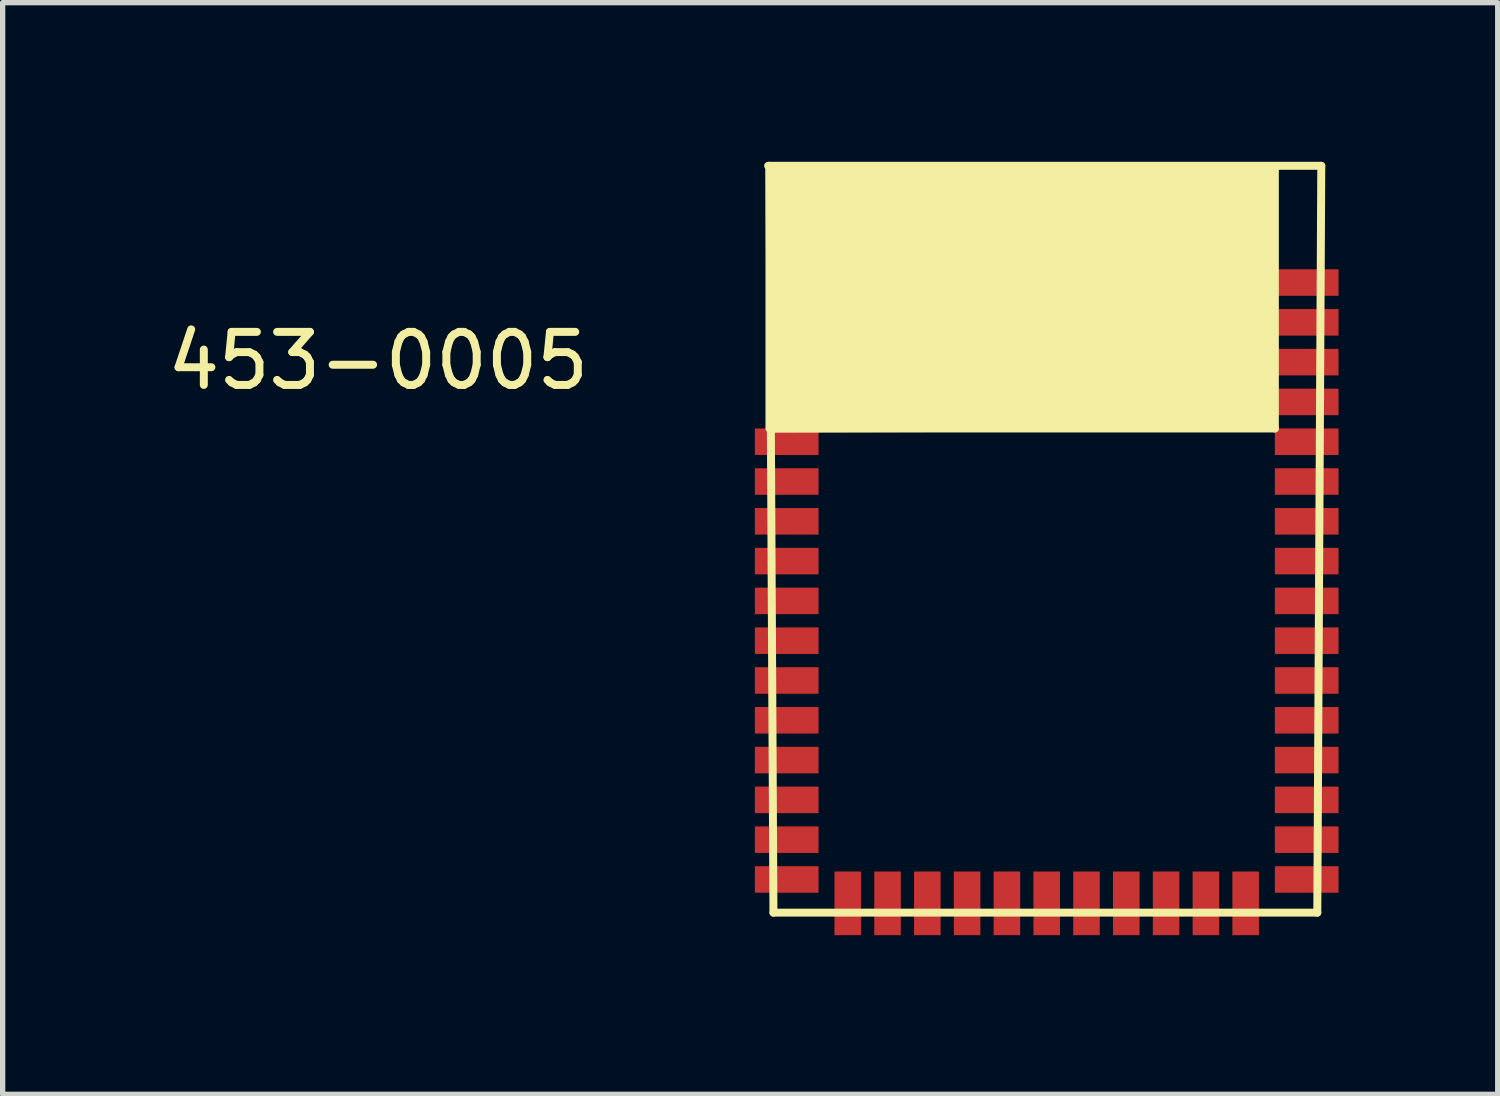
<source format=kicad_pcb>
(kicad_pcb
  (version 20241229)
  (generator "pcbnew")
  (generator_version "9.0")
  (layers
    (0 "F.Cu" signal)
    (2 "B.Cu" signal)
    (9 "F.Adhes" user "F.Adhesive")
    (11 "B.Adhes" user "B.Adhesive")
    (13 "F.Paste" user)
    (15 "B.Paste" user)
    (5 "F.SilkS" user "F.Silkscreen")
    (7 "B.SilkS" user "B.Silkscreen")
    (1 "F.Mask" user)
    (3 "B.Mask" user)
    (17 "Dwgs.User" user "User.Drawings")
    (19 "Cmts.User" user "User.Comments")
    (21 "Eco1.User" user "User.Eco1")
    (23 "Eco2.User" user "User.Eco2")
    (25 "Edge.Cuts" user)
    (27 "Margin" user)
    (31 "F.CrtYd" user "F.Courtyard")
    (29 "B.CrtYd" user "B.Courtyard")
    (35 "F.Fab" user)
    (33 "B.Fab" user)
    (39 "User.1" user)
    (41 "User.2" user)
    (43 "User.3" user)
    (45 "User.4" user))
  (footprint "453-0005"
    (layer "F.Cu")
    (at 11.777 5.275)
    (property "Reference" "453-0005" (at -7.7 -1.525 0) (layer "F.SilkS") (effects (font (size 1 1) (thickness 0.15))))
    (attr through_hole)
    (fp_line (start -0.35 -5.2) (end 10.075 -5.2) (stroke (width 0.15) (type solid)) (layer "F.SilkS"))
    (fp_line (start -0.325 -5.175) (end -0.325 -0.25) (stroke (width 0.15) (type solid)) (layer "F.SilkS"))
    (fp_line (start -0.25 -0.25) (end 9.2 -0.25) (stroke (width 0.15) (type solid)) (layer "F.SilkS"))
    (fp_line (start -0.25 8.875) (end -0.325 -5.2) (stroke (width 0.15) (type solid)) (layer "F.SilkS"))
    (fp_line (start 9.2 -5.175) (end -0.325 -5.175) (stroke (width 0.15) (type solid)) (layer "F.SilkS"))
    (fp_line (start 9.2 -0.25) (end 9.2 -5.175) (stroke (width 0.15) (type solid)) (layer "F.SilkS"))
    (fp_line (start 10 8.875) (end -0.25 8.875) (stroke (width 0.15) (type solid)) (layer "F.SilkS"))
    (fp_line (start 10.075 -5.2) (end 10 8.875) (stroke (width 0.15) (type solid)) (layer "F.SilkS"))
    (fp_poly (pts (xy -0.275 -0.25) (xy -0.3 -5.175) (xy 9.15 -5.15) (xy 9.15 -0.275)) (stroke (width 0.15) (type solid)) (fill yes) (layer "F.SilkS"))
    (pad "1" smd rect (at 9.8 -3 270) (size 0.5 1.2) (layers "F.Cu" "F.Mask" "F.Paste"))
    (pad "2" smd rect (at 9.8 -2.25 270) (size 0.5 1.2) (layers "F.Cu" "F.Mask" "F.Paste"))
    (pad "3" smd rect (at 9.8 -1.5 270) (size 0.5 1.2) (layers "F.Cu" "F.Mask" "F.Paste"))
    (pad "4" smd rect (at 9.8 -0.75 270) (size 0.5 1.2) (layers "F.Cu" "F.Mask" "F.Paste"))
    (pad "5" smd rect (at 9.8 0 270) (size 0.5 1.2) (layers "F.Cu" "F.Mask" "F.Paste"))
    (pad "6" smd rect (at 9.8 0.75 270) (size 0.5 1.2) (layers "F.Cu" "F.Mask" "F.Paste"))
    (pad "7" smd rect (at 9.8 1.5 270) (size 0.5 1.2) (layers "F.Cu" "F.Mask" "F.Paste"))
    (pad "8" smd rect (at 9.8 2.25 270) (size 0.5 1.2) (layers "F.Cu" "F.Mask" "F.Paste"))
    (pad "9" smd rect (at 9.8 3 270) (size 0.5 1.2) (layers "F.Cu" "F.Mask" "F.Paste"))
    (pad "10" smd rect (at 9.8 3.75 270) (size 0.5 1.2) (layers "F.Cu" "F.Mask" "F.Paste"))
    (pad "11" smd rect (at 9.8 4.5 270) (size 0.5 1.2) (layers "F.Cu" "F.Mask" "F.Paste"))
    (pad "12" smd rect (at 9.8 5.25 270) (size 0.5 1.2) (layers "F.Cu" "F.Mask" "F.Paste"))
    (pad "13" smd rect (at 9.8 6 270) (size 0.5 1.2) (layers "F.Cu" "F.Mask" "F.Paste"))
    (pad "14" smd rect (at 9.8 6.75 270) (size 0.5 1.2) (layers "F.Cu" "F.Mask" "F.Paste"))
    (pad "15" smd rect (at 9.8 7.5 270) (size 0.5 1.2) (layers "F.Cu" "F.Mask" "F.Paste"))
    (pad "16" smd rect (at 9.8 8.25 270) (size 0.5 1.2) (layers "F.Cu" "F.Mask" "F.Paste"))
    (pad "17" smd rect (at 8.65 8.7 180) (size 0.5 1.2) (layers "F.Cu" "F.Mask" "F.Paste"))
    (pad "18" smd rect (at 7.9 8.7 180) (size 0.5 1.2) (layers "F.Cu" "F.Mask" "F.Paste"))
    (pad "19" smd rect (at 7.15 8.7 180) (size 0.5 1.2) (layers "F.Cu" "F.Mask" "F.Paste"))
    (pad "20" smd rect (at 6.4 8.7 180) (size 0.5 1.2) (layers "F.Cu" "F.Mask" "F.Paste"))
    (pad "21" smd rect (at 5.65 8.7 180) (size 0.5 1.2) (layers "F.Cu" "F.Mask" "F.Paste"))
    (pad "22" smd rect (at 4.9 8.7 180) (size 0.5 1.2) (layers "F.Cu" "F.Mask" "F.Paste"))
    (pad "23" smd rect (at 4.15 8.7 180) (size 0.5 1.2) (layers "F.Cu" "F.Mask" "F.Paste"))
    (pad "24" smd rect (at 3.4 8.7 180) (size 0.5 1.2) (layers "F.Cu" "F.Mask" "F.Paste"))
    (pad "25" smd rect (at 2.65 8.7 180) (size 0.5 1.2) (layers "F.Cu" "F.Mask" "F.Paste"))
    (pad "26" smd rect (at 1.9 8.7 180) (size 0.5 1.2) (layers "F.Cu" "F.Mask" "F.Paste"))
    (pad "27" smd rect (at 1.15 8.7 180) (size 0.5 1.2) (layers "F.Cu" "F.Mask" "F.Paste"))
    (pad "28" smd rect (at 0 8.25 90) (size 0.5 1.2) (layers "F.Cu" "F.Mask" "F.Paste"))
    (pad "29" smd rect (at 0 7.5 90) (size 0.5 1.2) (layers "F.Cu" "F.Mask" "F.Paste"))
    (pad "30" smd rect (at 0 6.75 90) (size 0.5 1.2) (layers "F.Cu" "F.Mask" "F.Paste"))
    (pad "31" smd rect (at 0 6 90) (size 0.5 1.2) (layers "F.Cu" "F.Mask" "F.Paste"))
    (pad "32" smd rect (at 0 5.25 90) (size 0.5 1.2) (layers "F.Cu" "F.Mask" "F.Paste"))
    (pad "33" smd rect (at 0 4.5 90) (size 0.5 1.2) (layers "F.Cu" "F.Mask" "F.Paste"))
    (pad "34" smd rect (at 0 3.75 90) (size 0.5 1.2) (layers "F.Cu" "F.Mask" "F.Paste"))
    (pad "35" smd rect (at 0 3 90) (size 0.5 1.2) (layers "F.Cu" "F.Mask" "F.Paste"))
    (pad "36" smd rect (at 0 2.25 90) (size 0.5 1.2) (layers "F.Cu" "F.Mask" "F.Paste"))
    (pad "37" smd rect (at 0 1.5 90) (size 0.5 1.2) (layers "F.Cu" "F.Mask" "F.Paste"))
    (pad "38" smd rect (at 0 0.75 90) (size 0.5 1.2) (layers "F.Cu" "F.Mask" "F.Paste"))
    (pad "39" smd rect (at 0 0 90) (size 0.5 1.2) (layers "F.Cu" "F.Mask" "F.Paste")))
  (gr_rect
    (start -3 -3)
    (end 25.177 17.575)
    (stroke (width 0.1) (type default))
    (fill no)
    (layer "Edge.Cuts")))
</source>
